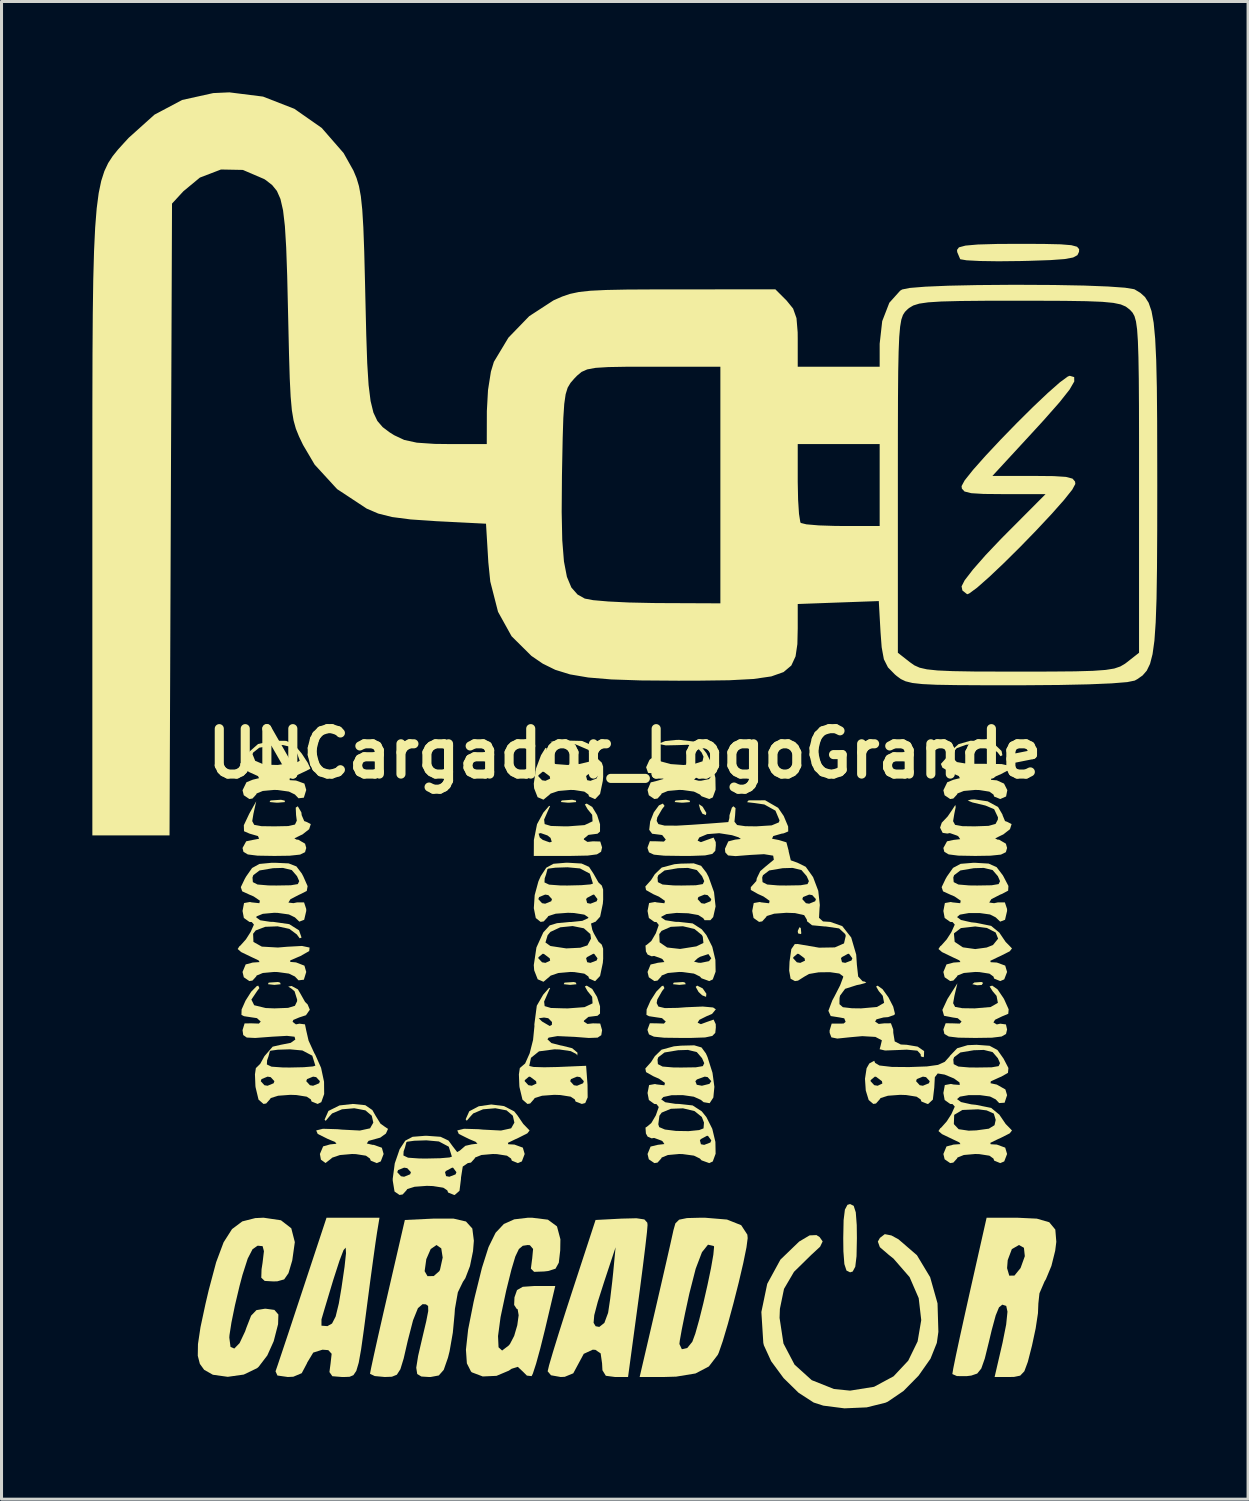
<source format=kicad_pcb>
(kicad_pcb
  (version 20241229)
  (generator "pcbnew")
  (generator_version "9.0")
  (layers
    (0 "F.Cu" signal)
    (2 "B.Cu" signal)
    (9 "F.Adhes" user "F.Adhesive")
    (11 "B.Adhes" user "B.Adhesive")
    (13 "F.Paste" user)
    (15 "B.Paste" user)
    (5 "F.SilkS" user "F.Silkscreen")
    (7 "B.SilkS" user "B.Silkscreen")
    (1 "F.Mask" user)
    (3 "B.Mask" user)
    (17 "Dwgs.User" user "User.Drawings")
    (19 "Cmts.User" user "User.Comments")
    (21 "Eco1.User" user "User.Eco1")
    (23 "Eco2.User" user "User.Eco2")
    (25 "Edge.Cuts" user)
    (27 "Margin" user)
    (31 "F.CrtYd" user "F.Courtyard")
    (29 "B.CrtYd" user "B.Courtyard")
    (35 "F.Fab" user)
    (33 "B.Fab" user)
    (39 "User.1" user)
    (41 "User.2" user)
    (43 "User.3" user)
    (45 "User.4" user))
  (footprint "UNCargador_LogoGrande"
    (layer "F.Cu")
    (at 17.585 21.836)
    (property "Reference" "UNCargador_LogoGrande" (at 0 0 0) (layer "F.SilkS") (effects (font (size 1.5 1.5) (thickness 0.3))))
    (attr board_only exclude_from_pos_files exclude_from_bom)
    (fp_poly (pts (xy -11.385 7.566) (xy -11.366 7.62) (xy -11.573 7.641) (xy -11.786 7.618) (xy -11.761 7.566) (xy -11.453 7.546)) (stroke (width 0) (type solid)) (fill yes) (layer "F.SilkS"))
    (fp_poly (pts (xy -1.616 7.566) (xy -1.597 7.62) (xy -1.804 7.641) (xy -2.017 7.618) (xy -1.991 7.566) (xy -1.684 7.546)) (stroke (width 0) (type solid)) (fill yes) (layer "F.SilkS"))
    (fp_poly (pts (xy 1.991 7.566) (xy 2.01 7.62) (xy 1.804 7.641) (xy 1.59 7.618) (xy 1.616 7.566) (xy 1.923 7.546)) (stroke (width 0) (type solid)) (fill yes) (layer "F.SilkS"))
    (fp_poly (pts (xy 5.811 5.761) (xy 5.829 5.94) (xy 5.811 5.962) (xy 5.722 5.941) (xy 5.711 5.862) (xy 5.766 5.738)) (stroke (width 0) (type solid)) (fill yes) (layer "F.SilkS"))
    (fp_poly (pts (xy 11.833 7.574) (xy 11.788 7.643) (xy 11.635 7.653) (xy 11.475 7.617) (xy 11.545 7.562) (xy 11.779 7.545)) (stroke (width 0) (type solid)) (fill yes) (layer "F.SilkS"))
    (fp_poly (pts (xy 2.554 1.744) (xy 2.574 1.763) (xy 2.692 1.961) (xy 2.676 2.033) (xy 2.564 1.988) (xy 2.49 1.848) (xy 2.444 1.672)) (stroke (width 0) (type solid)) (fill yes) (layer "F.SilkS"))
    (fp_poly (pts (xy 2.571 7.756) (xy 2.694 7.934) (xy 2.683 8.036) (xy 2.554 7.985) (xy 2.436 7.875) (xy 2.341 7.706) (xy 2.39 7.665)) (stroke (width 0) (type solid)) (fill yes) (layer "F.SilkS"))
    (fp_poly (pts (xy -11.232 1.555) (xy -11.227 1.604) (xy -11.462 1.624) (xy -11.498 1.624) (xy -11.731 1.602) (xy -11.708 1.557) (xy -11.683 1.549) (xy -11.355 1.527)) (stroke (width 0) (type solid)) (fill yes) (layer "F.SilkS"))
    (fp_poly (pts (xy -1.613 1.555) (xy -1.608 1.604) (xy -1.843 1.624) (xy -1.879 1.624) (xy -2.112 1.602) (xy -2.09 1.557) (xy -2.064 1.549) (xy -1.736 1.527)) (stroke (width 0) (type solid)) (fill yes) (layer "F.SilkS"))
    (fp_poly (pts (xy 2.145 1.555) (xy 2.15 1.604) (xy 1.914 1.624) (xy 1.879 1.624) (xy 1.646 1.602) (xy 1.668 1.557) (xy 1.694 1.549) (xy 2.021 1.527)) (stroke (width 0) (type solid)) (fill yes) (layer "F.SilkS"))
    (fp_poly (pts (xy 7.559 14.938) (xy 7.628 15.152) (xy 7.66 15.574) (xy 7.665 16.007) (xy 7.653 16.601) (xy 7.611 16.95) (xy 7.526 17.108) (xy 7.44 17.134) (xy 7.321 17.075) (xy 7.251 16.861) (xy 7.219 16.439) (xy 7.214 16.007) (xy 7.226 15.412) (xy 7.269 15.063) (xy 7.353 14.905) (xy 7.44 14.879)) (stroke (width 0) (type solid)) (fill yes) (layer "F.SilkS"))
    (fp_poly (pts (xy 13.831 -16.83) (xy 14.395 -16.817) (xy 14.748 -16.788) (xy 14.936 -16.737) (xy 15.004 -16.658) (xy 15.001 -16.57) (xy 14.948 -16.459) (xy 14.806 -16.382) (xy 14.525 -16.33) (xy 14.058 -16.296) (xy 13.355 -16.272) (xy 13.066 -16.265) (xy 12.341 -16.257) (xy 11.728 -16.266) (xy 11.288 -16.289) (xy 11.081 -16.324) (xy 11.076 -16.328) (xy 10.978 -16.56) (xy 10.972 -16.633) (xy 11.035 -16.717) (xy 11.251 -16.775) (xy 11.659 -16.811) (xy 12.297 -16.829) (xy 13.012 -16.833)) (stroke (width 0) (type solid)) (fill yes) (layer "F.SilkS"))
    (fp_poly (pts (xy -12.265 1.991) (xy -12.305 2.232) (xy -12.24 2.355) (xy -12.003 2.399) (xy -11.572 2.405) (xy -11.116 2.396) (xy -10.893 2.345) (xy -10.833 2.217) (xy -10.857 2.034) (xy -10.868 1.787) (xy -10.8 1.742) (xy -10.682 1.945) (xy -10.671 2.038) (xy -10.587 2.232) (xy -10.521 2.254) (xy -10.371 2.33) (xy -10.425 2.499) (xy -10.645 2.672) (xy -10.709 2.701) (xy -10.913 2.802) (xy -10.841 2.843) (xy -10.784 2.846) (xy -10.56 2.977) (xy -10.521 3.119) (xy -10.561 3.258) (xy -10.724 3.338) (xy -11.071 3.375) (xy -11.573 3.382) (xy -12.131 3.373) (xy -12.451 3.333) (xy -12.595 3.246) (xy -12.625 3.119) (xy -12.504 2.899) (xy -12.299 2.856) (xy -12.078 2.814) (xy -12.115 2.726) (xy -12.388 2.647) (xy -12.39 2.647) (xy -12.576 2.566) (xy -12.582 2.367) (xy -12.405 1.992) (xy -12.384 1.954) (xy -12.173 1.578)) (stroke (width 0) (type solid)) (fill yes) (layer "F.SilkS"))
    (fp_poly (pts (xy 1.308 7.747) (xy 1.232 7.845) (xy 1.072 8.125) (xy 1.052 8.242) (xy 1.11 8.357) (xy 1.321 8.407) (xy 1.745 8.4) (xy 2.029 8.379) (xy 2.576 8.356) (xy 2.916 8.387) (xy 3.006 8.448) (xy 2.881 8.6) (xy 2.705 8.674) (xy 2.462 8.795) (xy 2.405 8.89) (xy 2.513 8.938) (xy 2.705 8.867) (xy 2.932 8.787) (xy 3.003 8.937) (xy 3.006 9.05) (xy 2.988 9.225) (xy 2.89 9.327) (xy 2.651 9.377) (xy 2.207 9.392) (xy 1.879 9.393) (xy 1.3 9.386) (xy 0.961 9.351) (xy 0.798 9.276) (xy 0.752 9.143) (xy 0.751 9.113) (xy 0.827 8.908) (xy 1.052 8.911) (xy 1.292 8.919) (xy 1.353 8.853) (xy 1.228 8.739) (xy 1.077 8.717) (xy 0.799 8.675) (xy 0.715 8.631) (xy 0.72 8.454) (xy 0.85 8.161) (xy 1.039 7.865) (xy 1.22 7.682) (xy 1.27 7.666)) (stroke (width 0) (type solid)) (fill yes) (layer "F.SilkS"))
    (fp_poly (pts (xy 10.886 8.003) (xy 10.843 8.246) (xy 10.908 8.368) (xy 11.147 8.411) (xy 11.556 8.417) (xy 12.081 8.372) (xy 12.321 8.235) (xy 12.278 8.005) (xy 12.144 7.845) (xy 12.048 7.693) (xy 12.133 7.665) (xy 12.308 7.787) (xy 12.511 8.085) (xy 12.535 8.131) (xy 12.677 8.448) (xy 12.664 8.596) (xy 12.484 8.671) (xy 12.471 8.675) (xy 12.229 8.792) (xy 12.174 8.88) (xy 12.285 8.948) (xy 12.399 8.922) (xy 12.587 8.947) (xy 12.625 9.114) (xy 12.59 9.262) (xy 12.445 9.346) (xy 12.125 9.385) (xy 11.573 9.393) (xy 11.018 9.384) (xy 10.699 9.346) (xy 10.555 9.261) (xy 10.521 9.113) (xy 10.521 9.113) (xy 10.596 8.908) (xy 10.821 8.911) (xy 11.061 8.919) (xy 11.122 8.853) (xy 10.996 8.742) (xy 10.83 8.717) (xy 10.543 8.661) (xy 10.488 8.468) (xy 10.656 8.106) (xy 10.697 8.041) (xy 10.984 7.59)) (stroke (width 0) (type solid)) (fill yes) (layer "F.SilkS"))
    (fp_poly (pts (xy -1.075 1.765) (xy -0.916 2.029) (xy -0.818 2.335) (xy -0.819 2.577) (xy -0.902 2.649) (xy -1.195 2.686) (xy -1.202 2.687) (xy -1.349 2.81) (xy -1.353 2.842) (xy -1.233 2.919) (xy -1.052 2.899) (xy -0.811 2.906) (xy -0.751 3.101) (xy -0.784 3.245) (xy -0.921 3.33) (xy -1.225 3.37) (xy -1.757 3.381) (xy -1.879 3.382) (xy -3.006 3.382) (xy -3.003 2.856) (xy -2.961 2.647) (xy -2.847 2.647) (xy -2.807 2.775) (xy -2.705 2.856) (xy -2.481 2.934) (xy -2.413 2.914) (xy -2.453 2.786) (xy -2.555 2.705) (xy -2.779 2.627) (xy -2.847 2.647) (xy -2.961 2.647) (xy -2.899 2.334) (xy -2.692 1.954) (xy -2.5 1.729) (xy -2.468 1.736) (xy -2.545 1.906) (xy -2.665 2.181) (xy -2.647 2.33) (xy -2.442 2.392) (xy -1.997 2.405) (xy -1.879 2.405) (xy -1.33 2.364) (xy -1.065 2.239) (xy -1.078 2.024) (xy -1.232 1.834) (xy -1.319 1.681) (xy -1.257 1.653)) (stroke (width 0) (type solid)) (fill yes) (layer "F.SilkS"))
    (fp_poly (pts (xy 0.646 15.387) (xy 0.743 15.494) (xy 0.751 15.573) (xy 0.732 15.805) (xy 0.678 16.277) (xy 0.597 16.933) (xy 0.496 17.714) (xy 0.429 18.211) (xy 0.107 20.591) (xy -0.322 20.591) (xy -0.627 20.551) (xy -0.739 20.368) (xy -0.751 20.14) (xy -0.798 19.811) (xy -0.972 19.694) (xy -1.06 19.689) (xy -1.356 19.826) (xy -1.525 20.14) (xy -1.702 20.469) (xy -1.984 20.585) (xy -2.119 20.591) (xy -2.437 20.534) (xy -2.548 20.403) (xy -2.501 20.203) (xy -2.374 19.77) (xy -2.184 19.154) (xy -2.072 18.801) (xy -1.031 18.801) (xy -0.964 18.914) (xy -0.843 18.937) (xy -0.675 18.804) (xy -0.553 18.475) (xy -0.548 18.449) (xy -0.483 18.01) (xy -0.415 17.44) (xy -0.383 17.134) (xy -0.305 16.307) (xy -0.678 17.434) (xy -0.893 18.108) (xy -1.009 18.548) (xy -1.031 18.801) (xy -2.072 18.801) (xy -1.947 18.408) (xy -1.753 17.81) (xy -0.966 15.405) (xy -0.107 15.36) (xy 0.385 15.348)) (stroke (width 0) (type solid)) (fill yes) (layer "F.SilkS"))
    (fp_poly (pts (xy 14.841 -12.432) (xy 14.844 -12.288) (xy 14.688 -12.018) (xy 14.355 -11.598) (xy 13.831 -11.004) (xy 13.51 -10.653) (xy 12.141 -9.168) (xy 13.51 -9.168) (xy 14.162 -9.162) (xy 14.568 -9.136) (xy 14.786 -9.079) (xy 14.87 -8.982) (xy 14.879 -8.903) (xy 14.777 -8.714) (xy 14.499 -8.366) (xy 14.09 -7.905) (xy 13.594 -7.375) (xy 13.057 -6.822) (xy 12.521 -6.291) (xy 12.032 -5.828) (xy 11.634 -5.477) (xy 11.371 -5.284) (xy 11.307 -5.26) (xy 11.15 -5.384) (xy 11.122 -5.521) (xy 11.223 -5.72) (xy 11.501 -6.08) (xy 11.914 -6.551) (xy 12.422 -7.086) (xy 12.509 -7.174) (xy 13.896 -8.567) (xy 12.509 -8.567) (xy 11.853 -8.573) (xy 11.441 -8.598) (xy 11.219 -8.654) (xy 11.132 -8.749) (xy 11.122 -8.832) (xy 11.224 -9.021) (xy 11.502 -9.369) (xy 11.911 -9.83) (xy 12.407 -10.36) (xy 12.945 -10.913) (xy 13.48 -11.444) (xy 13.969 -11.907) (xy 14.367 -12.258) (xy 14.63 -12.451) (xy 14.694 -12.475)) (stroke (width 0) (type solid)) (fill yes) (layer "F.SilkS"))
    (fp_poly (pts (xy 3.375 15.391) (xy 3.843 15.577) (xy 4.047 15.889) (xy 4.058 16.004) (xy 4.018 16.31) (xy 3.913 16.825) (xy 3.762 17.471) (xy 3.585 18.169) (xy 3.403 18.84) (xy 3.235 19.406) (xy 3.103 19.788) (xy 3.07 19.86) (xy 2.776 20.243) (xy 2.336 20.474) (xy 1.695 20.579) (xy 1.288 20.591) (xy 0.49 20.591) (xy 0.744 19.501) (xy 1.803 19.501) (xy 1.884 19.674) (xy 2.064 19.632) (xy 2.23 19.426) (xy 2.328 19.16) (xy 2.455 18.709) (xy 2.595 18.148) (xy 2.731 17.551) (xy 2.847 16.994) (xy 2.924 16.551) (xy 2.948 16.297) (xy 2.94 16.266) (xy 2.747 16.221) (xy 2.548 16.47) (xy 2.341 17.014) (xy 2.132 17.832) (xy 1.992 18.477) (xy 1.882 19.02) (xy 1.816 19.389) (xy 1.803 19.501) (xy 0.744 19.501) (xy 1.006 18.374) (xy 1.193 17.564) (xy 1.362 16.828) (xy 1.498 16.231) (xy 1.586 15.835) (xy 1.606 15.743) (xy 1.67 15.518) (xy 1.794 15.395) (xy 2.054 15.342) (xy 2.526 15.33) (xy 2.638 15.33)) (stroke (width 0) (type solid)) (fill yes) (layer "F.SilkS"))
    (fp_poly (pts (xy 11.842 -0.416) (xy 12.216 -0.302) (xy 12.442 -0.085) (xy 12.47 0.056) (xy 12.408 0.089) (xy 12.312 -0.038) (xy 12.069 -0.218) (xy 11.684 -0.303) (xy 11.275 -0.291) (xy 10.962 -0.177) (xy 10.873 -0.069) (xy 10.837 0.153) (xy 10.967 0.282) (xy 11.308 0.339) (xy 11.88 0.34) (xy 12.445 0.348) (xy 12.723 0.411) (xy 12.713 0.525) (xy 12.41 0.687) (xy 12.362 0.706) (xy 12.096 0.821) (xy 12.097 0.87) (xy 12.287 0.886) (xy 12.524 0.993) (xy 12.633 1.209) (xy 12.592 1.418) (xy 12.399 1.503) (xy 12.199 1.422) (xy 12.174 1.353) (xy 12.041 1.259) (xy 11.708 1.206) (xy 11.573 1.202) (xy 11.196 1.236) (xy 10.987 1.319) (xy 10.972 1.353) (xy 10.85 1.486) (xy 10.746 1.503) (xy 10.561 1.378) (xy 10.521 1.213) (xy 10.65 0.948) (xy 10.859 0.864) (xy 11.066 0.814) (xy 11.032 0.746) (xy 10.751 0.619) (xy 10.489 0.467) (xy 10.438 0.341) (xy 10.451 0.33) (xy 10.636 0.122) (xy 10.761 -0.075) (xy 11.022 -0.31) (xy 11.414 -0.422)) (stroke (width 0) (type solid)) (fill yes) (layer "F.SilkS"))
    (fp_poly (pts (xy -8.571 11.614) (xy -8.337 11.775) (xy -8.239 11.949) (xy -8.068 12.225) (xy -7.929 12.324) (xy -7.82 12.397) (xy -7.89 12.551) (xy -8.077 12.686) (xy -8.175 12.713) (xy -8.462 12.792) (xy -8.521 12.879) (xy -8.325 12.925) (xy -8.291 12.925) (xy -8.024 13.019) (xy -7.966 13.226) (xy -8.06 13.471) (xy -8.191 13.527) (xy -8.391 13.445) (xy -8.417 13.376) (xy -8.55 13.282) (xy -8.882 13.23) (xy -9.009 13.226) (xy -9.409 13.261) (xy -9.666 13.348) (xy -9.694 13.376) (xy -9.884 13.524) (xy -10.036 13.413) (xy -10.07 13.226) (xy -9.963 12.974) (xy -9.732 12.909) (xy -9.523 12.888) (xy -9.568 12.83) (xy -9.807 12.73) (xy -10.142 12.563) (xy -10.192 12.448) (xy -9.97 12.393) (xy -9.489 12.407) (xy -9.339 12.421) (xy -8.748 12.451) (xy -8.413 12.378) (xy -8.306 12.19) (xy -8.357 11.962) (xy -8.566 11.785) (xy -8.934 11.715) (xy -9.341 11.75) (xy -9.667 11.887) (xy -9.757 11.986) (xy -9.879 12.132) (xy -9.915 12.091) (xy -9.788 11.804) (xy -9.422 11.622) (xy -8.984 11.573)) (stroke (width 0) (type solid)) (fill yes) (layer "F.SilkS"))
    (fp_poly (pts (xy -8.183 15.819) (xy -8.234 16.16) (xy -8.312 16.72) (xy -8.407 17.417) (xy -8.498 18.111) (xy -8.617 19.022) (xy -8.709 19.678) (xy -8.788 20.12) (xy -8.868 20.39) (xy -8.964 20.531) (xy -9.09 20.584) (xy -9.259 20.591) (xy -9.34 20.591) (xy -9.659 20.565) (xy -9.755 20.428) (xy -9.717 20.14) (xy -9.682 19.824) (xy -9.792 19.704) (xy -9.984 19.689) (xy -10.29 19.785) (xy -10.489 20.114) (xy -10.498 20.14) (xy -10.67 20.465) (xy -10.948 20.582) (xy -11.13 20.591) (xy -11.473 20.542) (xy -11.535 20.403) (xy -11.466 20.203) (xy -11.321 19.77) (xy -11.115 19.153) (xy -10.961 18.688) (xy -10.018 18.688) (xy -10.018 18.896) (xy -9.822 18.911) (xy -9.669 18.825) (xy -9.55 18.594) (xy -9.445 18.164) (xy -9.359 17.658) (xy -9.256 16.953) (xy -9.208 16.505) (xy -9.218 16.318) (xy -9.289 16.399) (xy -9.424 16.752) (xy -9.628 17.383) (xy -9.903 18.297) (xy -10.018 18.688) (xy -10.961 18.688) (xy -10.867 18.403) (xy -10.658 17.772) (xy -9.851 15.33) (xy -8.977 15.33) (xy -8.102 15.33)) (stroke (width 0) (type solid)) (fill yes) (layer "F.SilkS"))
    (fp_poly (pts (xy 8.804 15.916) (xy 9.038 16.043) (xy 9.647 16.568) (xy 10.084 17.294) (xy 10.328 18.159) (xy 10.356 19.1) (xy 10.305 19.464) (xy 10.096 19.986) (xy 9.702 20.547) (xy 9.204 21.053) (xy 8.685 21.406) (xy 8.609 21.44) (xy 7.989 21.594) (xy 7.254 21.626) (xy 6.556 21.537) (xy 6.237 21.434) (xy 5.739 21.112) (xy 5.243 20.626) (xy 4.834 20.071) (xy 4.593 19.545) (xy 4.574 19.464) (xy 4.51 18.444) (xy 4.704 17.513) (xy 5.14 16.714) (xy 5.758 16.118) (xy 6.102 15.914) (xy 6.329 15.904) (xy 6.434 15.97) (xy 6.534 16.113) (xy 6.45 16.288) (xy 6.159 16.557) (xy 5.588 17.117) (xy 5.258 17.68) (xy 5.122 18.339) (xy 5.111 18.639) (xy 5.24 19.485) (xy 5.606 20.183) (xy 6.173 20.695) (xy 6.907 20.987) (xy 7.44 21.041) (xy 8.231 20.915) (xy 8.876 20.568) (xy 9.36 20.052) (xy 9.67 19.416) (xy 9.79 18.711) (xy 9.706 17.986) (xy 9.405 17.292) (xy 8.872 16.679) (xy 8.718 16.557) (xy 8.423 16.303) (xy 8.357 16.119) (xy 8.425 15.997) (xy 8.586 15.873)) (stroke (width 0) (type solid)) (fill yes) (layer "F.SilkS"))
    (fp_poly (pts (xy 11.984 1.579) (xy 12.327 1.766) (xy 12.474 2.019) (xy 12.475 2.034) (xy 12.557 2.231) (xy 12.625 2.254) (xy 12.774 2.33) (xy 12.721 2.499) (xy 12.5 2.672) (xy 12.437 2.701) (xy 12.232 2.802) (xy 12.305 2.843) (xy 12.362 2.846) (xy 12.585 2.977) (xy 12.625 3.119) (xy 12.585 3.258) (xy 12.422 3.338) (xy 12.076 3.374) (xy 11.573 3.382) (xy 11.014 3.372) (xy 10.694 3.331) (xy 10.551 3.244) (xy 10.521 3.119) (xy 10.642 2.899) (xy 10.859 2.853) (xy 11.076 2.828) (xy 11.018 2.739) (xy 10.979 2.713) (xy 10.735 2.627) (xy 10.651 2.643) (xy 10.497 2.62) (xy 10.412 2.448) (xy 10.469 2.281) (xy 10.477 2.275) (xy 10.664 2.077) (xy 10.799 1.879) (xy 10.916 1.699) (xy 10.928 1.771) (xy 10.882 1.991) (xy 10.842 2.234) (xy 10.908 2.356) (xy 11.149 2.399) (xy 11.556 2.405) (xy 12.014 2.389) (xy 12.244 2.325) (xy 12.32 2.182) (xy 12.324 2.107) (xy 12.198 1.839) (xy 11.911 1.718) (xy 11.479 1.615) (xy 11.325 1.552) (xy 11.431 1.521) (xy 11.545 1.515)) (stroke (width 0) (type solid)) (fill yes) (layer "F.SilkS"))
    (fp_poly (pts (xy -11.186 -0.419) (xy -10.912 -0.288) (xy -10.67 0.001) (xy -10.47 0.308) (xy -10.387 0.489) (xy -10.392 0.505) (xy -10.554 0.588) (xy -10.821 0.712) (xy -11.075 0.834) (xy -11.063 0.88) (xy -10.859 0.892) (xy -10.582 0.992) (xy -10.521 1.202) (xy -10.6 1.458) (xy -10.776 1.478) (xy -10.896 1.353) (xy -11.094 1.257) (xy -11.467 1.205) (xy -11.582 1.202) (xy -11.955 1.236) (xy -12.16 1.32) (xy -12.174 1.353) (xy -12.296 1.486) (xy -12.399 1.503) (xy -12.584 1.378) (xy -12.625 1.213) (xy -12.495 0.948) (xy -12.287 0.864) (xy -12.08 0.814) (xy -12.114 0.746) (xy -12.394 0.619) (xy -12.656 0.467) (xy -12.707 0.341) (xy -12.695 0.33) (xy -12.509 0.122) (xy -12.448 0.026) (xy -12.294 0.026) (xy -12.207 0.241) (xy -11.905 0.368) (xy -11.464 0.378) (xy -11.347 0.36) (xy -11 0.312) (xy -10.854 0.303) (xy -10.737 0.239) (xy -10.816 0.011) (xy -10.826 -0.008) (xy -10.999 -0.209) (xy -11.29 -0.28) (xy -11.619 -0.271) (xy -12.073 -0.192) (xy -12.277 -0.029) (xy -12.294 0.026) (xy -12.448 0.026) (xy -12.384 -0.075) (xy -12.11 -0.315) (xy -11.611 -0.421)) (stroke (width 0) (type solid)) (fill yes) (layer "F.SilkS"))
    (fp_poly (pts (xy 13.608 15.361) (xy 14.018 15.48) (xy 14.218 15.722) (xy 14.251 16.126) (xy 14.214 16.421) (xy 14.089 16.923) (xy 13.907 17.361) (xy 13.863 17.434) (xy 13.694 17.828) (xy 13.658 18.163) (xy 13.645 18.484) (xy 13.569 18.986) (xy 13.448 19.553) (xy 13.31 20.092) (xy 13.195 20.402) (xy 13.058 20.546) (xy 12.855 20.588) (xy 12.703 20.591) (xy 12.213 20.591) (xy 12.475 19.461) (xy 12.595 18.857) (xy 12.638 18.433) (xy 12.597 18.244) (xy 12.596 18.243) (xy 12.467 18.202) (xy 12.358 18.291) (xy 12.249 18.557) (xy 12.116 19.047) (xy 12.027 19.421) (xy 11.889 19.981) (xy 11.773 20.311) (xy 11.639 20.477) (xy 11.443 20.544) (xy 11.296 20.562) (xy 10.969 20.561) (xy 10.819 20.495) (xy 10.818 20.487) (xy 10.848 20.307) (xy 10.934 19.884) (xy 11.066 19.269) (xy 11.233 18.512) (xy 11.381 17.848) (xy 11.573 16.996) (xy 12.625 16.996) (xy 12.697 17.244) (xy 12.868 17.241) (xy 13.07 16.993) (xy 13.211 16.601) (xy 13.181 16.323) (xy 13.017 16.232) (xy 12.782 16.368) (xy 12.646 16.73) (xy 12.625 16.996) (xy 11.573 16.996) (xy 11.949 15.33) (xy 12.945 15.33)) (stroke (width 0) (type solid)) (fill yes) (layer "F.SilkS"))
    (fp_poly (pts (xy -11.356 15.415) (xy -11.015 15.679) (xy -10.898 16.136) (xy -10.983 16.741) (xy -11.108 17.163) (xy -11.25 17.367) (xy -11.478 17.431) (xy -11.61 17.434) (xy -11.893 17.418) (xy -12.006 17.312) (xy -11.997 17.034) (xy -11.964 16.821) (xy -11.918 16.435) (xy -11.962 16.27) (xy -12.116 16.255) (xy -12.133 16.258) (xy -12.295 16.372) (xy -12.454 16.68) (xy -12.628 17.223) (xy -12.724 17.585) (xy -12.875 18.221) (xy -12.992 18.794) (xy -13.056 19.207) (xy -13.062 19.288) (xy -13.022 19.597) (xy -12.897 19.651) (xy -12.723 19.473) (xy -12.539 19.083) (xy -12.498 18.964) (xy -12.342 18.565) (xy -12.166 18.382) (xy -11.887 18.336) (xy -11.859 18.336) (xy -11.573 18.375) (xy -11.441 18.527) (xy -11.451 18.846) (xy -11.59 19.387) (xy -11.6 19.419) (xy -11.807 19.879) (xy -12.092 20.253) (xy -12.146 20.3) (xy -12.585 20.511) (xy -13.113 20.585) (xy -13.604 20.517) (xy -13.892 20.354) (xy -14.034 20.158) (xy -14.103 19.891) (xy -14.097 19.504) (xy -14.014 18.949) (xy -13.849 18.178) (xy -13.741 17.718) (xy -13.496 16.799) (xy -13.25 16.142) (xy -12.972 15.706) (xy -12.633 15.452) (xy -12.205 15.343) (xy -11.931 15.33)) (stroke (width 0) (type solid)) (fill yes) (layer "F.SilkS"))
    (fp_poly (pts (xy -5.246 15.455) (xy -5.036 15.687) (xy -4.985 16.091) (xy -5.013 16.435) (xy -5.114 16.929) (xy -5.267 17.329) (xy -5.345 17.445) (xy -5.514 17.794) (xy -5.611 18.343) (xy -5.622 18.514) (xy -5.68 19.127) (xy -5.787 19.74) (xy -5.84 19.952) (xy -5.98 20.354) (xy -6.143 20.54) (xy -6.409 20.59) (xy -6.469 20.591) (xy -6.719 20.575) (xy -6.856 20.492) (xy -6.888 20.284) (xy -6.826 19.895) (xy -6.691 19.313) (xy -6.557 18.746) (xy -6.492 18.411) (xy -6.496 18.246) (xy -6.569 18.191) (xy -6.68 18.186) (xy -6.832 18.317) (xy -6.994 18.719) (xy -7.167 19.388) (xy -7.303 19.979) (xy -7.412 20.335) (xy -7.529 20.516) (xy -7.692 20.582) (xy -7.927 20.591) (xy -8.259 20.56) (xy -8.412 20.487) (xy -8.414 20.478) (xy -8.38 20.301) (xy -8.29 19.882) (xy -8.154 19.271) (xy -7.983 18.519) (xy -7.837 17.885) (xy -7.655 17.096) (xy -6.611 17.096) (xy -6.516 17.261) (xy -6.311 17.257) (xy -6.126 17.095) (xy -6.103 17.046) (xy -6.015 16.646) (xy -6.062 16.343) (xy -6.22 16.232) (xy -6.411 16.366) (xy -6.556 16.699) (xy -6.611 17.096) (xy -7.655 17.096) (xy -7.264 15.405) (xy -6.324 15.36) (xy -5.66 15.359)) (stroke (width 0) (type solid)) (fill yes) (layer "F.SilkS"))
    (fp_poly (pts (xy 2.248 -0.399) (xy 2.552 -0.194) (xy 2.695 -0.014) (xy 2.889 0.371) (xy 2.992 0.804) (xy 2.999 1.193) (xy 2.905 1.45) (xy 2.789 1.503) (xy 2.533 1.411) (xy 2.48 1.353) (xy 2.283 1.257) (xy 1.909 1.205) (xy 1.795 1.202) (xy 1.422 1.236) (xy 1.216 1.32) (xy 1.202 1.353) (xy 1.081 1.486) (xy 0.977 1.503) (xy 0.793 1.378) (xy 0.751 1.202) (xy 0.856 0.953) (xy 1.061 0.902) (xy 1.204 0.861) (xy 2.287 0.861) (xy 2.436 0.898) (xy 2.517 0.899) (xy 2.781 0.845) (xy 2.856 0.751) (xy 2.761 0.612) (xy 2.487 0.701) (xy 2.405 0.751) (xy 2.287 0.861) (xy 1.204 0.861) (xy 1.272 0.842) (xy 1.271 0.741) (xy 1.065 0.64) (xy 0.974 0.657) (xy 0.768 0.639) (xy 0.704 0.454) (xy 0.813 0.214) (xy 0.845 0.181) (xy 1.013 0.082) (xy 1.052 0.127) (xy 1.185 0.259) (xy 1.514 0.349) (xy 1.938 0.379) (xy 2.288 0.345) (xy 2.566 0.258) (xy 2.6 0.104) (xy 2.538 -0.032) (xy 2.371 -0.222) (xy 2.085 -0.289) (xy 1.73 -0.277) (xy 1.355 -0.269) (xy 1.158 -0.308) (xy 1.15 -0.338) (xy 1.332 -0.411) (xy 1.694 -0.449) (xy 1.802 -0.451)) (stroke (width 0) (type solid)) (fill yes) (layer "F.SilkS"))
    (fp_poly (pts (xy -1.412 -0.416) (xy -1.175 -0.311) (xy -1.025 -0.075) (xy -0.87 0.2) (xy -0.761 0.301) (xy -0.716 0.433) (xy -0.715 0.764) (xy -0.726 0.902) (xy -0.817 1.334) (xy -0.976 1.502) (xy -0.993 1.503) (xy -1.182 1.417) (xy -1.202 1.353) (xy -1.336 1.258) (xy -1.668 1.206) (xy -1.795 1.202) (xy -2.195 1.237) (xy -2.451 1.324) (xy -2.48 1.353) (xy -2.687 1.524) (xy -2.88 1.442) (xy -2.995 1.148) (xy -3.006 0.994) (xy -2.97 0.751) (xy -2.856 0.751) (xy -2.733 0.883) (xy -2.621 0.902) (xy -2.466 0.829) (xy -2.48 0.751) (xy -1.278 0.751) (xy -1.243 0.88) (xy -1.136 0.902) (xy -0.93 0.823) (xy -0.902 0.751) (xy -1.01 0.605) (xy -1.043 0.601) (xy -1.247 0.71) (xy -1.278 0.751) (xy -2.48 0.751) (xy -2.672 0.607) (xy -2.714 0.601) (xy -2.852 0.716) (xy -2.856 0.751) (xy -2.97 0.751) (xy -2.931 0.491) (xy -2.767 0.055) (xy -2.617 -0.189) (xy -2.578 -0.17) (xy -2.599 -0.052) (xy -2.588 0.204) (xy -2.358 0.331) (xy -2.274 0.349) (xy -1.897 0.378) (xy -1.495 0.346) (xy -1.178 0.27) (xy -1.054 0.169) (xy -1.202 -0.121) (xy -1.619 -0.299) (xy -1.881 -0.339) (xy -2.48 -0.4) (xy -1.838 -0.426)) (stroke (width 0) (type solid)) (fill yes) (layer "F.SilkS"))
    (fp_poly (pts (xy -2.54 15.395) (xy -2.24 15.617) (xy -2.127 16.042) (xy -2.133 16.409) (xy -2.18 16.817) (xy -2.289 17.014) (xy -2.529 17.09) (xy -2.666 17.106) (xy -2.995 17.118) (xy -3.102 17.011) (xy -3.063 16.705) (xy -3.06 16.692) (xy -3.029 16.362) (xy -3.134 16.239) (xy -3.204 16.232) (xy -3.369 16.257) (xy -3.498 16.365) (xy -3.615 16.609) (xy -3.744 17.04) (xy -3.911 17.711) (xy -3.92 17.75) (xy -4.104 18.616) (xy -4.187 19.239) (xy -4.17 19.61) (xy -4.052 19.717) (xy -3.836 19.552) (xy -3.793 19.501) (xy -3.654 19.234) (xy -3.551 18.881) (xy -3.506 18.551) (xy -3.539 18.354) (xy -3.574 18.336) (xy -3.655 18.211) (xy -3.644 17.96) (xy -3.56 17.721) (xy -3.37 17.612) (xy -2.981 17.585) (xy -2.935 17.585) (xy -2.297 17.585) (xy -2.636 19.022) (xy -2.791 19.645) (xy -2.931 20.155) (xy -3.038 20.482) (xy -3.078 20.562) (xy -3.234 20.545) (xy -3.361 20.418) (xy -3.535 20.255) (xy -3.741 20.32) (xy -3.829 20.381) (xy -4.237 20.553) (xy -4.692 20.573) (xy -5.051 20.437) (xy -5.08 20.41) (xy -5.216 20.141) (xy -5.247 19.689) (xy -5.174 19.021) (xy -4.993 18.109) (xy -4.953 17.935) (xy -4.719 16.988) (xy -4.5 16.299) (xy -4.268 15.828) (xy -3.995 15.537) (xy -3.652 15.384) (xy -3.211 15.332) (xy -3.066 15.33)) (stroke (width 0) (type solid)) (fill yes) (layer "F.SilkS"))
    (fp_poly (pts (xy -1.075 7.777) (xy -0.916 8.04) (xy -0.818 8.347) (xy -0.819 8.588) (xy -0.902 8.661) (xy -1.195 8.697) (xy -1.202 8.698) (xy -1.349 8.822) (xy -1.353 8.853) (xy -1.233 8.931) (xy -1.052 8.911) (xy -0.813 8.917) (xy -0.751 9.136) (xy -0.777 9.302) (xy -0.899 9.383) (xy -1.186 9.394) (xy -1.653 9.358) (xy -2.224 9.332) (xy -2.516 9.383) (xy -2.555 9.438) (xy -2.424 9.562) (xy -2.105 9.644) (xy -2.078 9.647) (xy -1.737 9.733) (xy -1.565 9.878) (xy -1.563 9.886) (xy -1.571 9.973) (xy -1.602 9.923) (xy -1.786 9.829) (xy -2.158 9.774) (xy -2.326 9.769) (xy -2.834 9.836) (xy -3.099 10.049) (xy -3.156 10.318) (xy -3.02 10.351) (xy -2.663 10.362) (xy -2.217 10.353) (xy -1.278 10.313) (xy -1.231 10.943) (xy -1.227 11.357) (xy -1.307 11.543) (xy -1.419 11.573) (xy -1.625 11.494) (xy -1.653 11.422) (xy -1.788 11.333) (xy -2.127 11.279) (xy -2.33 11.272) (xy -2.733 11.302) (xy -2.975 11.378) (xy -3.006 11.422) (xy -3.126 11.558) (xy -3.216 11.573) (xy -3.38 11.43) (xy -3.478 11.019) (xy -3.483 10.972) (xy -3.489 10.821) (xy -3.307 10.821) (xy -3.184 10.953) (xy -3.072 10.972) (xy -2.917 10.899) (xy -2.931 10.821) (xy -1.804 10.821) (xy -1.682 10.955) (xy -1.578 10.972) (xy -1.378 10.89) (xy -1.353 10.821) (xy -1.474 10.688) (xy -1.578 10.671) (xy -1.778 10.752) (xy -1.804 10.821) (xy -2.931 10.821) (xy -3.123 10.677) (xy -3.165 10.671) (xy -3.302 10.786) (xy -3.307 10.821) (xy -3.489 10.821) (xy -3.498 10.596) (xy -3.467 10.386) (xy -3.447 10.37) (xy -3.292 10.237) (xy -3.142 9.901) (xy -3.03 9.459) (xy -2.985 9.008) (xy -2.987 8.943) (xy -2.961 8.744) (xy -2.842 8.744) (xy -2.734 8.849) (xy -2.705 8.867) (xy -2.479 8.999) (xy -2.409 8.96) (xy -2.405 8.867) (xy -2.529 8.741) (xy -2.668 8.719) (xy -2.842 8.744) (xy -2.961 8.744) (xy -2.907 8.329) (xy -2.697 7.966) (xy -2.501 7.74) (xy -2.467 7.744) (xy -2.545 7.918) (xy -2.665 8.193) (xy -2.647 8.342) (xy -2.442 8.403) (xy -1.997 8.416) (xy -1.879 8.417) (xy -1.33 8.376) (xy -1.065 8.251) (xy -1.078 8.036) (xy -1.232 7.845) (xy -1.319 7.693) (xy -1.257 7.665)) (stroke (width 0) (type solid)) (fill yes) (layer "F.SilkS"))
    (fp_poly (pts (xy -11.101 3.629) (xy -10.845 3.729) (xy -10.668 3.963) (xy -10.615 4.065) (xy -10.476 4.38) (xy -10.504 4.539) (xy -10.726 4.651) (xy -10.754 4.662) (xy -11.042 4.811) (xy -11.11 4.922) (xy -10.945 4.942) (xy -10.821 4.916) (xy -10.593 4.917) (xy -10.522 5.133) (xy -10.521 5.199) (xy -10.589 5.491) (xy -10.749 5.552) (xy -10.896 5.411) (xy -11.094 5.315) (xy -11.467 5.263) (xy -11.582 5.26) (xy -11.955 5.294) (xy -12.16 5.378) (xy -12.174 5.411) (xy -12.041 5.507) (xy -11.711 5.558) (xy -11.603 5.561) (xy -11.083 5.635) (xy -10.759 5.839) (xy -10.676 6.079) (xy -10.738 6.103) (xy -10.833 5.974) (xy -11.079 5.791) (xy -11.466 5.707) (xy -11.875 5.723) (xy -12.188 5.842) (xy -12.276 5.952) (xy -12.265 6.223) (xy -11.988 6.377) (xy -11.457 6.407) (xy -11.159 6.382) (xy -10.662 6.355) (xy -10.411 6.408) (xy -10.423 6.524) (xy -10.715 6.69) (xy -10.784 6.718) (xy -11.05 6.833) (xy -11.049 6.882) (xy -10.859 6.898) (xy -10.581 7.006) (xy -10.521 7.214) (xy -10.6 7.47) (xy -10.776 7.49) (xy -10.896 7.364) (xy -11.094 7.268) (xy -11.467 7.217) (xy -11.582 7.214) (xy -11.955 7.248) (xy -12.16 7.332) (xy -12.174 7.364) (xy -12.296 7.498) (xy -12.399 7.515) (xy -12.583 7.389) (xy -12.625 7.214) (xy -12.521 6.965) (xy -12.287 6.903) (xy -12.062 6.888) (xy -12.095 6.832) (xy -12.324 6.724) (xy -12.669 6.558) (xy -12.786 6.456) (xy -12.727 6.365) (xy -12.696 6.342) (xy -12.514 6.138) (xy -12.361 5.899) (xy -12.249 5.65) (xy -12.32 5.566) (xy -12.398 5.561) (xy -12.581 5.431) (xy -12.625 5.199) (xy -12.575 4.938) (xy -12.38 4.903) (xy -12.324 4.916) (xy -12.069 4.943) (xy -12.052 4.86) (xy -12.259 4.719) (xy -12.395 4.661) (xy -12.636 4.551) (xy -12.682 4.413) (xy -12.552 4.142) (xy -12.526 4.096) (xy -12.296 4.096) (xy -12.284 4.247) (xy -12.13 4.326) (xy -11.771 4.356) (xy -11.503 4.359) (xy -11.03 4.351) (xy -10.799 4.312) (xy -10.753 4.215) (xy -10.826 4.05) (xy -10.999 3.849) (xy -11.29 3.778) (xy -11.619 3.787) (xy -12.064 3.862) (xy -12.27 4.018) (xy -12.296 4.096) (xy -12.526 4.096) (xy -12.508 4.064) (xy -12.31 3.781) (xy -12.069 3.647) (xy -11.669 3.609) (xy -11.546 3.608)) (stroke (width 0) (type solid)) (fill yes) (layer "F.SilkS"))
    (fp_poly (pts (xy -12.069 7.747) (xy -12.144 7.845) (xy -12.333 8.127) (xy -12.24 8.313) (xy -11.862 8.405) (xy -11.573 8.417) (xy -11.12 8.4) (xy -10.895 8.331) (xy -10.824 8.183) (xy -10.821 8.129) (xy -10.907 7.852) (xy -11.009 7.765) (xy -11.116 7.697) (xy -11.004 7.677) (xy -10.797 7.789) (xy -10.715 7.928) (xy -10.56 8.203) (xy -10.475 8.287) (xy -10.403 8.461) (xy -10.53 8.643) (xy -10.755 8.717) (xy -10.949 8.799) (xy -10.972 8.863) (xy -10.861 8.945) (xy -10.746 8.922) (xy -10.563 8.945) (xy -10.521 9.148) (xy -10.444 9.482) (xy -10.256 9.893) (xy -10.221 9.953) (xy -10.031 10.381) (xy -9.933 10.84) (xy -9.929 11.247) (xy -10.024 11.514) (xy -10.145 11.573) (xy -10.345 11.492) (xy -10.37 11.422) (xy -10.505 11.333) (xy -10.845 11.279) (xy -11.047 11.272) (xy -11.45 11.302) (xy -11.692 11.378) (xy -11.723 11.422) (xy -11.844 11.558) (xy -11.933 11.573) (xy -12.097 11.43) (xy -12.195 11.019) (xy -12.2 10.972) (xy -12.206 10.821) (xy -12.024 10.821) (xy -11.902 10.955) (xy -11.798 10.972) (xy -11.598 10.89) (xy -11.573 10.821) (xy -10.521 10.821) (xy -10.399 10.955) (xy -10.295 10.972) (xy -10.095 10.89) (xy -10.07 10.821) (xy -10.192 10.688) (xy -10.295 10.671) (xy -10.495 10.752) (xy -10.521 10.821) (xy -11.573 10.821) (xy -11.695 10.688) (xy -11.798 10.671) (xy -11.998 10.752) (xy -12.024 10.821) (xy -12.206 10.821) (xy -12.215 10.596) (xy -12.184 10.386) (xy -12.164 10.37) (xy -12.062 10.269) (xy -11.821 10.269) (xy -11.668 10.342) (xy -11.298 10.368) (xy -11.063 10.37) (xy -10.605 10.36) (xy -10.299 10.334) (xy -10.22 10.308) (xy -10.322 9.979) (xy -10.648 9.807) (xy -11.063 9.769) (xy -11.461 9.782) (xy -11.696 9.814) (xy -11.723 9.832) (xy -11.77 10.009) (xy -11.814 10.133) (xy -11.821 10.269) (xy -12.062 10.269) (xy -12.042 10.25) (xy -11.901 9.995) (xy -11.63 9.681) (xy -11.359 9.619) (xy -11.034 9.555) (xy -10.882 9.446) (xy -10.907 9.353) (xy -11.157 9.324) (xy -11.666 9.353) (xy -11.7 9.356) (xy -12.208 9.394) (xy -12.486 9.38) (xy -12.602 9.298) (xy -12.625 9.136) (xy -12.557 8.913) (xy -12.324 8.911) (xy -12.085 8.919) (xy -12.024 8.853) (xy -12.149 8.739) (xy -12.299 8.717) (xy -12.577 8.675) (xy -12.661 8.631) (xy -12.656 8.454) (xy -12.526 8.161) (xy -12.338 7.865) (xy -12.156 7.682) (xy -12.106 7.666)) (stroke (width 0) (type solid)) (fill yes) (layer "F.SilkS"))
    (fp_poly (pts (xy 12.016 3.635) (xy 12.28 3.753) (xy 12.483 4.02) (xy 12.508 4.064) (xy 12.669 4.374) (xy 12.66 4.529) (xy 12.459 4.636) (xy 12.395 4.661) (xy 12.106 4.809) (xy 12.035 4.921) (xy 12.196 4.943) (xy 12.324 4.916) (xy 12.552 4.917) (xy 12.624 5.133) (xy 12.625 5.199) (xy 12.557 5.491) (xy 12.397 5.552) (xy 12.249 5.411) (xy 12.062 5.316) (xy 11.726 5.269) (xy 11.355 5.27) (xy 11.066 5.321) (xy 10.972 5.402) (xy 11.105 5.499) (xy 11.441 5.574) (xy 11.595 5.59) (xy 12.099 5.692) (xy 12.374 5.919) (xy 12.384 5.937) (xy 12.578 6.223) (xy 12.696 6.342) (xy 12.787 6.437) (xy 12.712 6.532) (xy 12.422 6.679) (xy 12.324 6.724) (xy 12.071 6.846) (xy 12.083 6.892) (xy 12.287 6.903) (xy 12.563 7.004) (xy 12.625 7.214) (xy 12.531 7.459) (xy 12.399 7.515) (xy 12.199 7.434) (xy 12.174 7.364) (xy 12.041 7.27) (xy 11.708 7.218) (xy 11.573 7.214) (xy 11.196 7.248) (xy 10.987 7.331) (xy 10.972 7.364) (xy 10.85 7.498) (xy 10.746 7.515) (xy 10.563 7.389) (xy 10.521 7.214) (xy 10.624 6.965) (xy 10.859 6.903) (xy 11.084 6.888) (xy 11.05 6.832) (xy 10.821 6.724) (xy 10.477 6.558) (xy 10.359 6.456) (xy 10.418 6.365) (xy 10.45 6.342) (xy 10.631 6.138) (xy 10.751 5.952) (xy 10.87 5.952) (xy 10.894 6.22) (xy 11.165 6.401) (xy 11.573 6.458) (xy 11.95 6.407) (xy 12.158 6.325) (xy 12.329 6.115) (xy 12.248 5.911) (xy 11.959 5.761) (xy 11.573 5.711) (xy 11.101 5.765) (xy 10.878 5.933) (xy 10.87 5.952) (xy 10.751 5.952) (xy 10.785 5.899) (xy 10.897 5.65) (xy 10.825 5.566) (xy 10.747 5.561) (xy 10.564 5.431) (xy 10.521 5.199) (xy 10.571 4.938) (xy 10.766 4.903) (xy 10.821 4.916) (xy 11.077 4.943) (xy 11.094 4.86) (xy 10.887 4.719) (xy 10.75 4.661) (xy 10.51 4.551) (xy 10.464 4.413) (xy 10.593 4.142) (xy 10.62 4.096) (xy 10.849 4.096) (xy 10.862 4.247) (xy 11.016 4.326) (xy 11.375 4.356) (xy 11.642 4.359) (xy 12.116 4.351) (xy 12.346 4.312) (xy 12.392 4.215) (xy 12.32 4.05) (xy 12.147 3.849) (xy 11.856 3.778) (xy 11.527 3.787) (xy 11.082 3.862) (xy 10.875 4.018) (xy 10.849 4.096) (xy 10.62 4.096) (xy 10.637 4.064) (xy 10.841 3.776) (xy 11.091 3.643) (xy 11.507 3.609) (xy 11.573 3.609)) (stroke (width 0) (type solid)) (fill yes) (layer "F.SilkS"))
    (fp_poly (pts (xy -3.989 11.644) (xy -3.653 11.818) (xy -3.547 11.949) (xy -3.353 12.234) (xy -3.236 12.354) (xy -3.145 12.449) (xy -3.219 12.544) (xy -3.51 12.691) (xy -3.607 12.735) (xy -3.861 12.858) (xy -3.849 12.904) (xy -3.645 12.915) (xy -3.368 13.016) (xy -3.307 13.226) (xy -3.4 13.471) (xy -3.532 13.527) (xy -3.732 13.445) (xy -3.757 13.376) (xy -3.891 13.282) (xy -4.224 13.23) (xy -4.359 13.226) (xy -4.735 13.259) (xy -4.944 13.343) (xy -4.96 13.376) (xy -5.081 13.51) (xy -5.185 13.527) (xy -5.352 13.641) (xy -5.41 14.005) (xy -5.411 14.053) (xy -5.46 14.442) (xy -5.616 14.578) (xy -5.636 14.579) (xy -5.836 14.498) (xy -5.862 14.428) (xy -5.996 14.339) (xy -6.336 14.285) (xy -6.538 14.278) (xy -6.941 14.308) (xy -7.183 14.383) (xy -7.214 14.428) (xy -7.336 14.562) (xy -7.44 14.579) (xy -7.605 14.466) (xy -7.664 14.106) (xy -7.665 14.045) (xy -7.636 13.827) (xy -7.515 13.827) (xy -7.393 13.961) (xy -7.289 13.978) (xy -7.089 13.896) (xy -7.064 13.827) (xy -5.937 13.827) (xy -5.903 13.956) (xy -5.795 13.978) (xy -5.59 13.899) (xy -5.561 13.827) (xy -5.669 13.681) (xy -5.702 13.677) (xy -5.906 13.786) (xy -5.937 13.827) (xy -7.064 13.827) (xy -7.186 13.694) (xy -7.289 13.677) (xy -7.489 13.758) (xy -7.515 13.827) (xy -7.636 13.827) (xy -7.597 13.534) (xy -7.507 13.275) (xy -7.312 13.275) (xy -7.159 13.348) (xy -6.789 13.374) (xy -6.554 13.376) (xy -6.096 13.366) (xy -5.79 13.34) (xy -5.711 13.313) (xy -5.814 12.985) (xy -6.14 12.812) (xy -6.554 12.775) (xy -6.952 12.788) (xy -7.187 12.82) (xy -7.214 12.838) (xy -7.261 13.015) (xy -7.305 13.139) (xy -7.312 13.275) (xy -7.507 13.275) (xy -7.436 13.068) (xy -7.251 12.786) (xy -7.009 12.658) (xy -6.595 12.625) (xy -6.539 12.625) (xy -6.084 12.658) (xy -5.822 12.783) (xy -5.691 12.963) (xy -5.536 13.163) (xy -5.448 13.113) (xy -5.266 12.956) (xy -5.06 12.909) (xy -4.866 12.886) (xy -4.927 12.823) (xy -5.148 12.73) (xy -5.483 12.563) (xy -5.533 12.448) (xy -5.311 12.393) (xy -4.83 12.407) (xy -4.68 12.421) (xy -4.089 12.451) (xy -3.754 12.378) (xy -3.647 12.19) (xy -3.698 11.962) (xy -3.906 11.785) (xy -4.275 11.715) (xy -4.682 11.75) (xy -5.007 11.887) (xy -5.098 11.986) (xy -5.22 12.128) (xy -5.256 12.08) (xy -5.137 11.815) (xy -4.824 11.65) (xy -4.41 11.591)) (stroke (width 0) (type solid)) (fill yes) (layer "F.SilkS"))
    (fp_poly (pts (xy 2.519 3.708) (xy 2.692 3.931) (xy 2.766 4.073) (xy 2.946 4.576) (xy 2.998 5.051) (xy 2.919 5.402) (xy 2.827 5.504) (xy 2.635 5.505) (xy 2.589 5.437) (xy 2.426 5.334) (xy 2.095 5.276) (xy 1.707 5.264) (xy 1.374 5.302) (xy 1.206 5.391) (xy 1.202 5.411) (xy 1.336 5.505) (xy 1.668 5.558) (xy 1.793 5.561) (xy 2.24 5.611) (xy 2.542 5.806) (xy 2.695 5.997) (xy 2.889 6.383) (xy 2.992 6.816) (xy 2.999 7.205) (xy 2.905 7.461) (xy 2.789 7.515) (xy 2.533 7.423) (xy 2.48 7.364) (xy 2.283 7.268) (xy 1.909 7.217) (xy 1.795 7.214) (xy 1.422 7.248) (xy 1.216 7.332) (xy 1.202 7.364) (xy 1.081 7.498) (xy 0.977 7.515) (xy 0.793 7.389) (xy 0.751 7.214) (xy 0.851 6.969) (xy 1.09 6.911) (xy 1.307 6.886) (xy 1.298 6.873) (xy 2.287 6.873) (xy 2.436 6.91) (xy 2.517 6.911) (xy 2.781 6.857) (xy 2.856 6.763) (xy 2.761 6.623) (xy 2.487 6.713) (xy 2.405 6.763) (xy 2.287 6.873) (xy 1.298 6.873) (xy 1.249 6.797) (xy 1.21 6.771) (xy 0.968 6.684) (xy 0.887 6.697) (xy 0.754 6.64) (xy 0.697 6.537) (xy 0.683 6.343) (xy 0.732 6.312) (xy 0.876 6.191) (xy 1.01 5.962) (xy 1.138 5.962) (xy 1.15 6.236) (xy 1.398 6.406) (xy 1.826 6.454) (xy 2.364 6.369) (xy 2.596 6.256) (xy 2.576 6.054) (xy 2.546 5.995) (xy 2.301 5.795) (xy 1.918 5.704) (xy 1.515 5.724) (xy 1.212 5.858) (xy 1.138 5.962) (xy 1.01 5.962) (xy 1.025 5.937) (xy 1.121 5.663) (xy 1.048 5.567) (xy 0.974 5.561) (xy 0.795 5.431) (xy 0.751 5.199) (xy 0.802 4.938) (xy 0.997 4.903) (xy 1.052 4.916) (xy 1.308 4.945) (xy 1.326 4.866) (xy 1.245 4.809) (xy 2.405 4.809) (xy 2.526 4.943) (xy 2.63 4.96) (xy 2.83 4.879) (xy 2.856 4.809) (xy 2.734 4.676) (xy 2.63 4.659) (xy 2.43 4.74) (xy 2.405 4.809) (xy 1.245 4.809) (xy 1.127 4.727) (xy 0.944 4.647) (xy 0.701 4.509) (xy 0.678 4.39) (xy 0.681 4.388) (xy 0.867 4.18) (xy 0.921 4.096) (xy 1.08 4.096) (xy 1.093 4.247) (xy 1.246 4.326) (xy 1.606 4.356) (xy 1.873 4.359) (xy 2.346 4.351) (xy 2.577 4.312) (xy 2.623 4.215) (xy 2.551 4.05) (xy 2.378 3.849) (xy 2.087 3.778) (xy 1.758 3.787) (xy 1.312 3.862) (xy 1.106 4.018) (xy 1.08 4.096) (xy 0.921 4.096) (xy 0.992 3.983) (xy 1.219 3.766) (xy 1.641 3.655) (xy 1.842 3.637) (xy 2.274 3.627)) (stroke (width 0) (type solid)) (fill yes) (layer "F.SilkS"))
    (fp_poly (pts (xy 2.533 9.707) (xy 2.677 9.903) (xy 2.731 10.024) (xy 2.896 10.545) (xy 2.958 11.009) (xy 2.924 11.361) (xy 2.802 11.548) (xy 2.602 11.515) (xy 2.512 11.439) (xy 2.279 11.334) (xy 1.92 11.282) (xy 1.548 11.284) (xy 1.275 11.343) (xy 1.202 11.422) (xy 1.336 11.517) (xy 1.668 11.569) (xy 1.793 11.573) (xy 2.24 11.622) (xy 2.542 11.818) (xy 2.695 12.009) (xy 2.889 12.395) (xy 2.992 12.827) (xy 2.999 13.217) (xy 2.905 13.473) (xy 2.789 13.527) (xy 2.533 13.435) (xy 2.48 13.376) (xy 2.283 13.28) (xy 1.909 13.229) (xy 1.795 13.226) (xy 1.422 13.26) (xy 1.216 13.344) (xy 1.202 13.376) (xy 1.081 13.51) (xy 0.977 13.527) (xy 0.793 13.401) (xy 0.751 13.226) (xy 0.851 12.981) (xy 1.09 12.923) (xy 1.307 12.898) (xy 1.249 12.809) (xy 1.21 12.783) (xy 1.188 12.775) (xy 2.48 12.775) (xy 2.514 12.904) (xy 2.621 12.925) (xy 2.827 12.847) (xy 2.856 12.775) (xy 2.748 12.629) (xy 2.714 12.625) (xy 2.511 12.734) (xy 2.48 12.775) (xy 1.188 12.775) (xy 0.968 12.695) (xy 0.887 12.709) (xy 0.754 12.652) (xy 0.697 12.549) (xy 0.683 12.355) (xy 0.732 12.324) (xy 0.828 12.244) (xy 1.106 12.244) (xy 1.136 12.338) (xy 1.325 12.418) (xy 1.69 12.464) (xy 2.108 12.471) (xy 2.457 12.436) (xy 2.6 12.38) (xy 2.615 12.189) (xy 2.544 12.004) (xy 2.303 11.809) (xy 1.922 11.718) (xy 1.521 11.733) (xy 1.218 11.859) (xy 1.143 11.962) (xy 1.106 12.244) (xy 0.828 12.244) (xy 0.876 12.203) (xy 1.025 11.949) (xy 1.121 11.675) (xy 1.048 11.579) (xy 0.974 11.573) (xy 0.795 11.443) (xy 0.751 11.211) (xy 0.802 10.95) (xy 0.997 10.915) (xy 1.052 10.928) (xy 1.308 10.957) (xy 1.326 10.878) (xy 1.245 10.821) (xy 2.33 10.821) (xy 2.376 10.94) (xy 2.546 10.972) (xy 2.795 10.91) (xy 2.856 10.821) (xy 2.735 10.686) (xy 2.639 10.671) (xy 2.383 10.763) (xy 2.33 10.821) (xy 1.245 10.821) (xy 1.127 10.739) (xy 0.944 10.659) (xy 0.701 10.521) (xy 0.678 10.402) (xy 0.681 10.399) (xy 0.867 10.191) (xy 0.921 10.107) (xy 1.08 10.107) (xy 1.093 10.258) (xy 1.246 10.338) (xy 1.606 10.368) (xy 1.873 10.37) (xy 2.346 10.363) (xy 2.577 10.324) (xy 2.623 10.227) (xy 2.551 10.062) (xy 2.378 9.861) (xy 2.087 9.789) (xy 1.758 9.799) (xy 1.312 9.873) (xy 1.106 10.03) (xy 1.08 10.107) (xy 0.921 10.107) (xy 0.992 9.995) (xy 1.213 9.781) (xy 1.622 9.67) (xy 1.857 9.648) (xy 2.293 9.637)) (stroke (width 0) (type solid)) (fill yes) (layer "F.SilkS"))
    (fp_poly (pts (xy -1.429 3.633) (xy -1.182 3.743) (xy -1.025 3.982) (xy -1.025 3.983) (xy -0.87 4.258) (xy -0.761 4.359) (xy -0.716 4.491) (xy -0.715 4.822) (xy -0.726 4.96) (xy -0.815 5.388) (xy -0.97 5.559) (xy -0.989 5.561) (xy -1.116 5.615) (xy -1.073 5.825) (xy -1.025 5.937) (xy -0.87 6.212) (xy -0.761 6.312) (xy -0.716 6.445) (xy -0.715 6.776) (xy -0.726 6.914) (xy -0.817 7.346) (xy -0.976 7.514) (xy -0.993 7.515) (xy -1.182 7.428) (xy -1.202 7.364) (xy -1.336 7.27) (xy -1.668 7.218) (xy -1.795 7.214) (xy -2.195 7.249) (xy -2.451 7.336) (xy -2.48 7.364) (xy -2.686 7.538) (xy -2.877 7.456) (xy -2.993 7.16) (xy -3.006 6.987) (xy -2.972 6.763) (xy -2.856 6.763) (xy -2.733 6.895) (xy -2.621 6.914) (xy -2.466 6.841) (xy -2.48 6.763) (xy -1.278 6.763) (xy -1.243 6.892) (xy -1.136 6.914) (xy -0.93 6.835) (xy -0.902 6.763) (xy -1.01 6.617) (xy -1.043 6.613) (xy -1.247 6.722) (xy -1.278 6.763) (xy -2.48 6.763) (xy -2.672 6.619) (xy -2.714 6.613) (xy -2.852 6.728) (xy -2.856 6.763) (xy -2.972 6.763) (xy -2.919 6.406) (xy -2.844 6.241) (xy -2.621 6.241) (xy -2.461 6.354) (xy -2.442 6.359) (xy -1.933 6.436) (xy -1.469 6.414) (xy -1.235 6.336) (xy -1.116 6.112) (xy -1.138 5.962) (xy -1.352 5.772) (xy -1.723 5.698) (xy -2.13 5.739) (xy -2.457 5.891) (xy -2.549 6.001) (xy -2.621 6.241) (xy -2.844 6.241) (xy -2.692 5.907) (xy -2.48 5.676) (xy -2.24 5.603) (xy -1.844 5.565) (xy -1.766 5.563) (xy -1.404 5.526) (xy -1.212 5.438) (xy -1.202 5.411) (xy -1.337 5.321) (xy -1.677 5.267) (xy -1.879 5.26) (xy -2.282 5.29) (xy -2.524 5.366) (xy -2.555 5.411) (xy -2.677 5.544) (xy -2.78 5.561) (xy -2.94 5.433) (xy -3.005 5.108) (xy -2.985 4.809) (xy -2.856 4.809) (xy -2.734 4.943) (xy -2.63 4.96) (xy -2.43 4.879) (xy -2.405 4.809) (xy -1.278 4.809) (xy -1.243 4.938) (xy -1.136 4.96) (xy -0.93 4.881) (xy -0.902 4.809) (xy -1.01 4.663) (xy -1.043 4.659) (xy -1.247 4.768) (xy -1.278 4.809) (xy -2.405 4.809) (xy -2.526 4.676) (xy -2.63 4.659) (xy -2.83 4.74) (xy -2.856 4.809) (xy -2.985 4.809) (xy -2.976 4.674) (xy -2.863 4.257) (xy -2.653 4.257) (xy -2.5 4.33) (xy -2.13 4.357) (xy -1.895 4.359) (xy -1.437 4.348) (xy -1.131 4.322) (xy -1.052 4.296) (xy -1.154 3.967) (xy -1.48 3.795) (xy -1.895 3.757) (xy -2.293 3.77) (xy -2.528 3.802) (xy -2.555 3.82) (xy -2.602 3.997) (xy -2.646 4.121) (xy -2.653 4.257) (xy -2.863 4.257) (xy -2.852 4.219) (xy -2.777 4.051) (xy -2.593 3.77) (xy -2.355 3.641) (xy -1.946 3.607) (xy -1.872 3.607)) (stroke (width 0) (type solid)) (fill yes) (layer "F.SilkS"))
    (fp_poly (pts (xy 12.047 9.652) (xy 12.307 9.791) (xy 12.508 10.076) (xy 12.669 10.386) (xy 12.654 10.547) (xy 12.436 10.67) (xy 12.358 10.703) (xy 12.087 10.827) (xy 12.079 10.889) (xy 12.287 10.934) (xy 12.569 11.094) (xy 12.625 11.283) (xy 12.543 11.532) (xy 12.364 11.544) (xy 12.249 11.422) (xy 12.062 11.328) (xy 11.726 11.281) (xy 11.355 11.282) (xy 11.066 11.332) (xy 10.972 11.414) (xy 11.105 11.511) (xy 11.441 11.586) (xy 11.595 11.602) (xy 12.099 11.704) (xy 12.374 11.931) (xy 12.384 11.949) (xy 12.578 12.234) (xy 12.696 12.354) (xy 12.787 12.449) (xy 12.712 12.544) (xy 12.422 12.691) (xy 12.324 12.735) (xy 12.071 12.858) (xy 12.083 12.904) (xy 12.287 12.915) (xy 12.563 13.016) (xy 12.625 13.226) (xy 12.531 13.471) (xy 12.399 13.527) (xy 12.199 13.445) (xy 12.174 13.376) (xy 12.041 13.282) (xy 11.708 13.23) (xy 11.573 13.226) (xy 11.196 13.259) (xy 10.987 13.343) (xy 10.972 13.376) (xy 10.85 13.51) (xy 10.746 13.527) (xy 10.563 13.401) (xy 10.521 13.226) (xy 10.624 12.977) (xy 10.859 12.915) (xy 11.084 12.9) (xy 11.05 12.844) (xy 10.821 12.735) (xy 10.477 12.57) (xy 10.359 12.468) (xy 10.418 12.377) (xy 10.45 12.354) (xy 10.563 12.227) (xy 10.867 12.227) (xy 10.875 12.248) (xy 11.026 12.407) (xy 11.357 12.456) (xy 11.609 12.446) (xy 12.022 12.39) (xy 12.21 12.275) (xy 12.249 12.099) (xy 12.187 11.892) (xy 11.95 11.786) (xy 11.666 11.75) (xy 11.149 11.772) (xy 10.878 11.933) (xy 10.867 12.227) (xy 10.563 12.227) (xy 10.631 12.15) (xy 10.785 11.911) (xy 10.897 11.661) (xy 10.825 11.578) (xy 10.747 11.573) (xy 10.564 11.443) (xy 10.521 11.211) (xy 10.569 10.95) (xy 10.769 10.912) (xy 10.859 10.931) (xy 11.063 10.945) (xy 11.052 10.861) (xy 10.871 10.731) (xy 10.566 10.605) (xy 10.558 10.603) (xy 10.334 10.566) (xy 10.239 10.69) (xy 10.22 11.037) (xy 10.173 11.43) (xy 10.022 11.571) (xy 9.995 11.573) (xy 9.795 11.492) (xy 9.769 11.422) (xy 9.635 11.333) (xy 9.295 11.279) (xy 9.093 11.272) (xy 8.69 11.302) (xy 8.448 11.378) (xy 8.417 11.422) (xy 8.296 11.558) (xy 8.207 11.573) (xy 8.054 11.443) (xy 7.958 11.129) (xy 7.937 10.821) (xy 8.116 10.821) (xy 8.238 10.953) (xy 8.35 10.972) (xy 8.506 10.899) (xy 8.492 10.821) (xy 9.619 10.821) (xy 9.741 10.955) (xy 9.844 10.972) (xy 10.044 10.89) (xy 10.07 10.821) (xy 9.948 10.688) (xy 9.844 10.671) (xy 9.644 10.752) (xy 9.619 10.821) (xy 8.492 10.821) (xy 8.3 10.677) (xy 8.257 10.671) (xy 8.12 10.786) (xy 8.116 10.821) (xy 7.937 10.821) (xy 7.932 10.742) (xy 7.985 10.395) (xy 8.076 10.235) (xy 8.238 10.148) (xy 8.266 10.217) (xy 8.41 10.303) (xy 8.82 10.35) (xy 9.388 10.355) (xy 9.978 10.334) (xy 10.344 10.283) (xy 10.567 10.182) (xy 10.634 10.107) (xy 10.849 10.107) (xy 10.862 10.258) (xy 11.016 10.338) (xy 11.375 10.368) (xy 11.642 10.37) (xy 12.116 10.363) (xy 12.346 10.324) (xy 12.392 10.227) (xy 12.32 10.062) (xy 12.147 9.861) (xy 11.856 9.789) (xy 11.527 9.799) (xy 11.082 9.873) (xy 10.875 10.03) (xy 10.849 10.107) (xy 10.634 10.107) (xy 10.723 10.008) (xy 10.744 9.976) (xy 10.978 9.733) (xy 11.322 9.632) (xy 11.614 9.62)) (stroke (width 0) (type solid)) (fill yes) (layer "F.SilkS"))
    (fp_poly (pts (xy 5.064 1.793) (xy 5.248 2.063) (xy 5.394 2.41) (xy 5.397 2.573) (xy 5.247 2.636) (xy 5.176 2.647) (xy 4.902 2.726) (xy 4.863 2.814) (xy 5.083 2.856) (xy 5.085 2.856) (xy 5.337 2.933) (xy 5.411 3.212) (xy 5.411 3.231) (xy 5.482 3.527) (xy 5.704 3.607) (xy 5.975 3.741) (xy 6.218 4.082) (xy 6.389 4.534) (xy 6.441 5.005) (xy 6.431 5.11) (xy 6.414 5.426) (xy 6.545 5.545) (xy 6.785 5.561) (xy 7.181 5.699) (xy 7.477 6.076) (xy 7.642 6.64) (xy 7.665 6.981) (xy 7.707 7.364) (xy 7.853 7.521) (xy 7.928 7.535) (xy 7.975 7.568) (xy 7.771 7.627) (xy 7.665 7.647) (xy 7.276 7.771) (xy 7.108 7.996) (xy 7.091 8.078) (xy 7.089 8.278) (xy 7.202 8.378) (xy 7.503 8.413) (xy 7.805 8.417) (xy 8.327 8.371) (xy 8.564 8.234) (xy 8.519 8.002) (xy 8.387 7.845) (xy 8.3 7.695) (xy 8.349 7.666) (xy 8.512 7.782) (xy 8.706 8.051) (xy 8.864 8.358) (xy 8.921 8.589) (xy 8.904 8.631) (xy 8.696 8.705) (xy 8.542 8.717) (xy 8.311 8.779) (xy 8.266 8.853) (xy 8.386 8.931) (xy 8.567 8.911) (xy 8.789 8.909) (xy 8.864 9.112) (xy 8.867 9.226) (xy 8.914 9.508) (xy 9.116 9.61) (xy 9.309 9.619) (xy 9.671 9.68) (xy 9.885 9.827) (xy 9.879 10.007) (xy 9.859 10.03) (xy 9.778 10.002) (xy 9.769 9.93) (xy 9.661 9.813) (xy 9.312 9.78) (xy 9.03 9.792) (xy 8.596 9.808) (xy 8.416 9.766) (xy 8.446 9.658) (xy 8.49 9.471) (xy 8.276 9.359) (xy 7.841 9.334) (xy 7.431 9.371) (xy 7.019 9.414) (xy 6.823 9.374) (xy 6.766 9.226) (xy 6.763 9.149) (xy 6.832 8.92) (xy 6.984 8.92) (xy 7.226 8.918) (xy 7.293 8.861) (xy 7.247 8.745) (xy 7.098 8.717) (xy 6.8 8.67) (xy 6.723 8.497) (xy 6.853 8.153) (xy 6.924 8.022) (xy 7.111 7.656) (xy 7.209 7.395) (xy 7.214 7.36) (xy 7.085 7.266) (xy 6.776 7.221) (xy 6.403 7.226) (xy 6.082 7.281) (xy 5.937 7.364) (xy 5.72 7.501) (xy 5.619 7.515) (xy 5.476 7.439) (xy 5.428 7.17) (xy 5.44 6.876) (xy 5.456 6.763) (xy 5.561 6.763) (xy 5.683 6.895) (xy 5.795 6.914) (xy 5.951 6.841) (xy 5.937 6.763) (xy 7.139 6.763) (xy 7.173 6.892) (xy 7.28 6.914) (xy 7.486 6.835) (xy 7.515 6.763) (xy 7.407 6.617) (xy 7.373 6.613) (xy 7.17 6.722) (xy 7.139 6.763) (xy 5.937 6.763) (xy 5.745 6.619) (xy 5.702 6.613) (xy 5.565 6.728) (xy 5.561 6.763) (xy 5.456 6.763) (xy 5.499 6.46) (xy 5.613 6.294) (xy 5.711 6.291) (xy 6.417 6.412) (xy 6.936 6.403) (xy 7.239 6.271) (xy 7.297 6.021) (xy 7.278 5.962) (xy 7.077 5.776) (xy 6.64 5.712) (xy 6.597 5.711) (xy 6.185 5.672) (xy 6.02 5.542) (xy 6.012 5.486) (xy 5.923 5.337) (xy 5.622 5.27) (xy 5.336 5.26) (xy 4.932 5.29) (xy 4.69 5.366) (xy 4.659 5.411) (xy 4.537 5.544) (xy 4.434 5.561) (xy 4.252 5.431) (xy 4.208 5.199) (xy 4.258 4.938) (xy 4.454 4.903) (xy 4.509 4.916) (xy 4.765 4.945) (xy 4.782 4.865) (xy 4.704 4.809) (xy 5.862 4.809) (xy 5.983 4.943) (xy 6.087 4.96) (xy 6.287 4.879) (xy 6.312 4.809) (xy 6.191 4.676) (xy 6.087 4.659) (xy 5.887 4.74) (xy 5.862 4.809) (xy 4.704 4.809) (xy 4.581 4.722) (xy 4.396 4.638) (xy 4.161 4.505) (xy 4.161 4.407) (xy 4.171 4.403) (xy 4.343 4.211) (xy 4.359 4.122) (xy 4.371 4.096) (xy 4.537 4.096) (xy 4.549 4.247) (xy 4.703 4.326) (xy 5.062 4.356) (xy 5.33 4.359) (xy 5.803 4.351) (xy 6.034 4.312) (xy 6.08 4.215) (xy 6.007 4.05) (xy 5.834 3.849) (xy 5.544 3.778) (xy 5.214 3.787) (xy 4.769 3.862) (xy 4.563 4.018) (xy 4.537 4.096) (xy 4.371 4.096) (xy 4.474 3.883) (xy 4.659 3.723) (xy 4.922 3.507) (xy 4.9 3.373) (xy 4.597 3.324) (xy 4.133 3.35) (xy 3.659 3.388) (xy 3.411 3.366) (xy 3.318 3.264) (xy 3.307 3.145) (xy 3.418 2.902) (xy 3.645 2.843) (xy 3.833 2.822) (xy 3.756 2.767) (xy 3.539 2.697) (xy 3.118 2.631) (xy 2.724 2.662) (xy 2.459 2.773) (xy 2.405 2.877) (xy 2.513 2.927) (xy 2.705 2.856) (xy 2.932 2.776) (xy 3.003 2.925) (xy 3.006 3.038) (xy 2.988 3.213) (xy 2.89 3.316) (xy 2.651 3.365) (xy 2.207 3.381) (xy 1.879 3.382) (xy 1.3 3.374) (xy 0.961 3.34) (xy 0.798 3.264) (xy 0.752 3.131) (xy 0.751 3.101) (xy 0.827 2.896) (xy 1.052 2.899) (xy 1.292 2.908) (xy 1.353 2.842) (xy 1.236 2.694) (xy 1.202 2.687) (xy 0.909 2.65) (xy 0.902 2.649) (xy 0.806 2.52) (xy 0.837 2.249) (xy 0.957 1.944) (xy 1.127 1.713) (xy 1.257 1.653) (xy 1.313 1.73) (xy 1.232 1.834) (xy 1.072 2.11) (xy 1.052 2.225) (xy 1.109 2.33) (xy 1.314 2.38) (xy 1.723 2.382) (xy 2.217 2.353) (xy 2.771 2.314) (xy 3.193 2.282) (xy 3.407 2.265) (xy 3.419 2.263) (xy 3.453 2.132) (xy 3.457 2.038) (xy 3.534 1.791) (xy 3.585 1.742) (xy 3.657 1.803) (xy 3.643 2.034) (xy 3.621 2.251) (xy 3.709 2.361) (xy 3.977 2.4) (xy 4.341 2.405) (xy 4.85 2.373) (xy 5.086 2.275) (xy 5.11 2.209) (xy 4.975 1.887) (xy 4.609 1.683) (xy 4.291 1.636) (xy 4.042 1.608) (xy 4.071 1.558) (xy 4.107 1.547) (xy 4.634 1.544)) (stroke (width 0) (type solid)) (fill yes) (layer "F.SilkS"))
    (fp_poly (pts (xy -11.948 -21.696) (xy -10.914 -21.293) (xy -10.01 -20.661) (xy -9.287 -19.831) (xy -8.962 -19.251) (xy -8.859 -19.004) (xy -8.779 -18.736) (xy -8.718 -18.404) (xy -8.671 -17.963) (xy -8.635 -17.371) (xy -8.606 -16.584) (xy -8.58 -15.559) (xy -8.568 -15.03) (xy -8.539 -13.828) (xy -8.507 -12.888) (xy -8.462 -12.172) (xy -8.396 -11.642) (xy -8.302 -11.258) (xy -8.172 -10.984) (xy -7.997 -10.78) (xy -7.769 -10.608) (xy -7.618 -10.513) (xy -7.286 -10.357) (xy -6.868 -10.266) (xy -6.281 -10.226) (xy -5.849 -10.221) (xy -4.559 -10.22) (xy -4.556 -11.31) (xy -4.518 -12.003) (xy -4.422 -12.613) (xy -4.324 -12.936) (xy -3.843 -13.736) (xy -3.157 -14.444) (xy -2.358 -14.964) (xy -2.331 -14.977) (xy -2.068 -15.092) (xy -1.813 -15.179) (xy -1.518 -15.242) (xy -1.137 -15.284) (xy -0.623 -15.309) (xy 0.068 -15.323) (xy 0.985 -15.328) (xy 1.698 -15.329) (xy 4.973 -15.33) (xy 5.342 -14.961) (xy 5.558 -14.695) (xy 5.67 -14.379) (xy 5.709 -13.909) (xy 5.711 -13.684) (xy 5.711 -12.775) (xy 7.064 -12.775) (xy 8.417 -12.775) (xy 8.417 -13.534) (xy 8.501 -14.28) (xy 8.736 -14.887) (xy 9.093 -15.285) (xy 9.16 -15.326) (xy 9.406 -15.376) (xy 9.922 -15.418) (xy 10.678 -15.45) (xy 11.641 -15.471) (xy 12.782 -15.48) (xy 13.001 -15.48) (xy 14.17 -15.474) (xy 15.167 -15.455) (xy 15.961 -15.424) (xy 16.522 -15.384) (xy 16.819 -15.335) (xy 16.841 -15.326) (xy 17.027 -15.214) (xy 17.179 -15.077) (xy 17.3 -14.887) (xy 17.395 -14.612) (xy 17.466 -14.226) (xy 17.516 -13.697) (xy 17.55 -12.998) (xy 17.571 -12.099) (xy 17.581 -10.971) (xy 17.584 -9.584) (xy 17.585 -8.867) (xy 17.583 -7.355) (xy 17.576 -6.114) (xy 17.561 -5.115) (xy 17.533 -4.33) (xy 17.491 -3.728) (xy 17.429 -3.281) (xy 17.346 -2.96) (xy 17.237 -2.735) (xy 17.099 -2.577) (xy 16.929 -2.458) (xy 16.841 -2.409) (xy 16.595 -2.359) (xy 16.079 -2.317) (xy 15.321 -2.285) (xy 14.354 -2.264) (xy 13.205 -2.255) (xy 12.944 -2.254) (xy 11.811 -2.255) (xy 10.94 -2.26) (xy 10.29 -2.271) (xy 9.822 -2.294) (xy 9.497 -2.33) (xy 9.274 -2.385) (xy 9.115 -2.46) (xy 8.979 -2.561) (xy 8.919 -2.612) (xy 8.691 -2.845) (xy 8.556 -3.113) (xy 8.516 -3.328) (xy 9.018 -3.328) (xy 9.414 -3.017) (xy 9.562 -2.913) (xy 9.736 -2.835) (xy 9.978 -2.78) (xy 10.331 -2.743) (xy 10.836 -2.721) (xy 11.538 -2.709) (xy 12.479 -2.706) (xy 13.001 -2.705) (xy 14.064 -2.707) (xy 14.87 -2.714) (xy 15.46 -2.731) (xy 15.878 -2.761) (xy 16.165 -2.807) (xy 16.365 -2.875) (xy 16.52 -2.966) (xy 16.587 -3.017) (xy 16.983 -3.328) (xy 16.983 -8.855) (xy 16.983 -10.289) (xy 16.981 -11.453) (xy 16.975 -12.377) (xy 16.963 -13.09) (xy 16.945 -13.623) (xy 16.919 -14.007) (xy 16.882 -14.27) (xy 16.833 -14.444) (xy 16.771 -14.558) (xy 16.694 -14.643) (xy 16.667 -14.668) (xy 16.543 -14.762) (xy 16.379 -14.832) (xy 16.135 -14.883) (xy 15.769 -14.918) (xy 15.242 -14.939) (xy 14.515 -14.95) (xy 13.545 -14.954) (xy 13.001 -14.954) (xy 11.905 -14.953) (xy 11.07 -14.945) (xy 10.455 -14.929) (xy 10.019 -14.901) (xy 9.723 -14.858) (xy 9.527 -14.797) (xy 9.389 -14.715) (xy 9.334 -14.668) (xy 9.252 -14.586) (xy 9.186 -14.484) (xy 9.133 -14.332) (xy 9.093 -14.099) (xy 9.063 -13.756) (xy 9.043 -13.272) (xy 9.029 -12.618) (xy 9.022 -11.762) (xy 9.019 -10.676) (xy 9.018 -9.328) (xy 9.018 -8.855) (xy 9.018 -3.328) (xy 8.516 -3.328) (xy 8.483 -3.511) (xy 8.446 -4.002) (xy 8.388 -5.035) (xy 7.049 -4.987) (xy 5.711 -4.938) (xy 5.711 -4.135) (xy 5.699 -3.613) (xy 5.639 -3.208) (xy 5.499 -2.906) (xy 5.243 -2.69) (xy 4.839 -2.547) (xy 4.253 -2.462) (xy 3.451 -2.42) (xy 2.399 -2.406) (xy 1.76 -2.405) (xy 0.531 -2.414) (xy -0.443 -2.447) (xy -1.208 -2.511) (xy -1.811 -2.614) (xy -2.296 -2.764) (xy -2.71 -2.968) (xy -3.084 -3.224) (xy -3.74 -3.874) (xy -4.187 -4.68) (xy -4.443 -5.681) (xy -4.507 -6.311) (xy -4.584 -7.59) (xy -6.237 -7.674) (xy -7.073 -7.731) (xy -7.683 -7.81) (xy -8.143 -7.925) (xy -8.266 -7.978) (xy -2.085 -7.978) (xy -2.066 -7.047) (xy -2.01 -6.344) (xy -1.912 -5.835) (xy -1.765 -5.483) (xy -1.562 -5.252) (xy -1.322 -5.117) (xy -1.048 -5.065) (xy -0.541 -5.021) (xy 0.133 -4.988) (xy 0.906 -4.971) (xy 1.09 -4.969) (xy 3.156 -4.96) (xy 3.156 -8.867) (xy 3.156 -10.22) (xy 5.711 -10.22) (xy 5.711 -8.968) (xy 5.723 -8.381) (xy 5.753 -7.915) (xy 5.796 -7.646) (xy 5.811 -7.615) (xy 5.999 -7.569) (xy 6.409 -7.534) (xy 6.965 -7.516) (xy 7.164 -7.515) (xy 8.417 -7.515) (xy 8.417 -8.867) (xy 8.417 -10.22) (xy 7.064 -10.22) (xy 5.711 -10.22) (xy 3.156 -10.22) (xy 3.156 -12.775) (xy 0.928 -12.775) (xy 0.066 -12.774) (xy -0.548 -12.763) (xy -0.966 -12.737) (xy -1.242 -12.686) (xy -1.428 -12.603) (xy -1.576 -12.48) (xy -1.665 -12.388) (xy -1.792 -12.242) (xy -1.887 -12.083) (xy -1.954 -11.866) (xy -2 -11.546) (xy -2.031 -11.075) (xy -2.052 -10.41) (xy -2.07 -9.504) (xy -2.076 -9.173) (xy -2.085 -7.978) (xy -8.266 -7.978) (xy -8.525 -8.089) (xy -9.502 -8.733) (xy -10.243 -9.541) (xy -10.627 -10.193) (xy -10.76 -10.471) (xy -10.863 -10.725) (xy -10.939 -10.999) (xy -10.996 -11.337) (xy -11.036 -11.785) (xy -11.066 -12.386) (xy -11.09 -13.187) (xy -11.114 -14.23) (xy -11.122 -14.579) (xy -11.15 -15.775) (xy -11.183 -16.708) (xy -11.226 -17.418) (xy -11.287 -17.94) (xy -11.373 -18.315) (xy -11.49 -18.58) (xy -11.645 -18.772) (xy -11.846 -18.93) (xy -11.907 -18.971) (xy -12.614 -19.274) (xy -13.337 -19.288) (xy -14.033 -19.021) (xy -14.579 -18.569) (xy -14.954 -18.162) (xy -14.995 -7.728) (xy -15.036 2.705) (xy -16.31 2.705) (xy -17.585 2.705) (xy -17.585 -7.638) (xy -17.585 -9.754) (xy -17.584 -11.591) (xy -17.58 -13.172) (xy -17.571 -14.518) (xy -17.555 -15.652) (xy -17.529 -16.596) (xy -17.492 -17.372) (xy -17.442 -18.001) (xy -17.376 -18.507) (xy -17.292 -18.911) (xy -17.188 -19.234) (xy -17.063 -19.5) (xy -16.913 -19.73) (xy -16.738 -19.947) (xy -16.534 -20.172) (xy -16.382 -20.337) (xy -15.534 -21.099) (xy -14.62 -21.584) (xy -13.591 -21.812) (xy -13.062 -21.836)) (stroke (width 0) (type solid)) (fill yes) (layer "F.SilkS")))
  (gr_rect
    (start -3 -3)
    (end 38.169 46.462)
    (stroke (width 0.1) (type default))
    (fill no)
    (layer "Edge.Cuts")))
</source>
